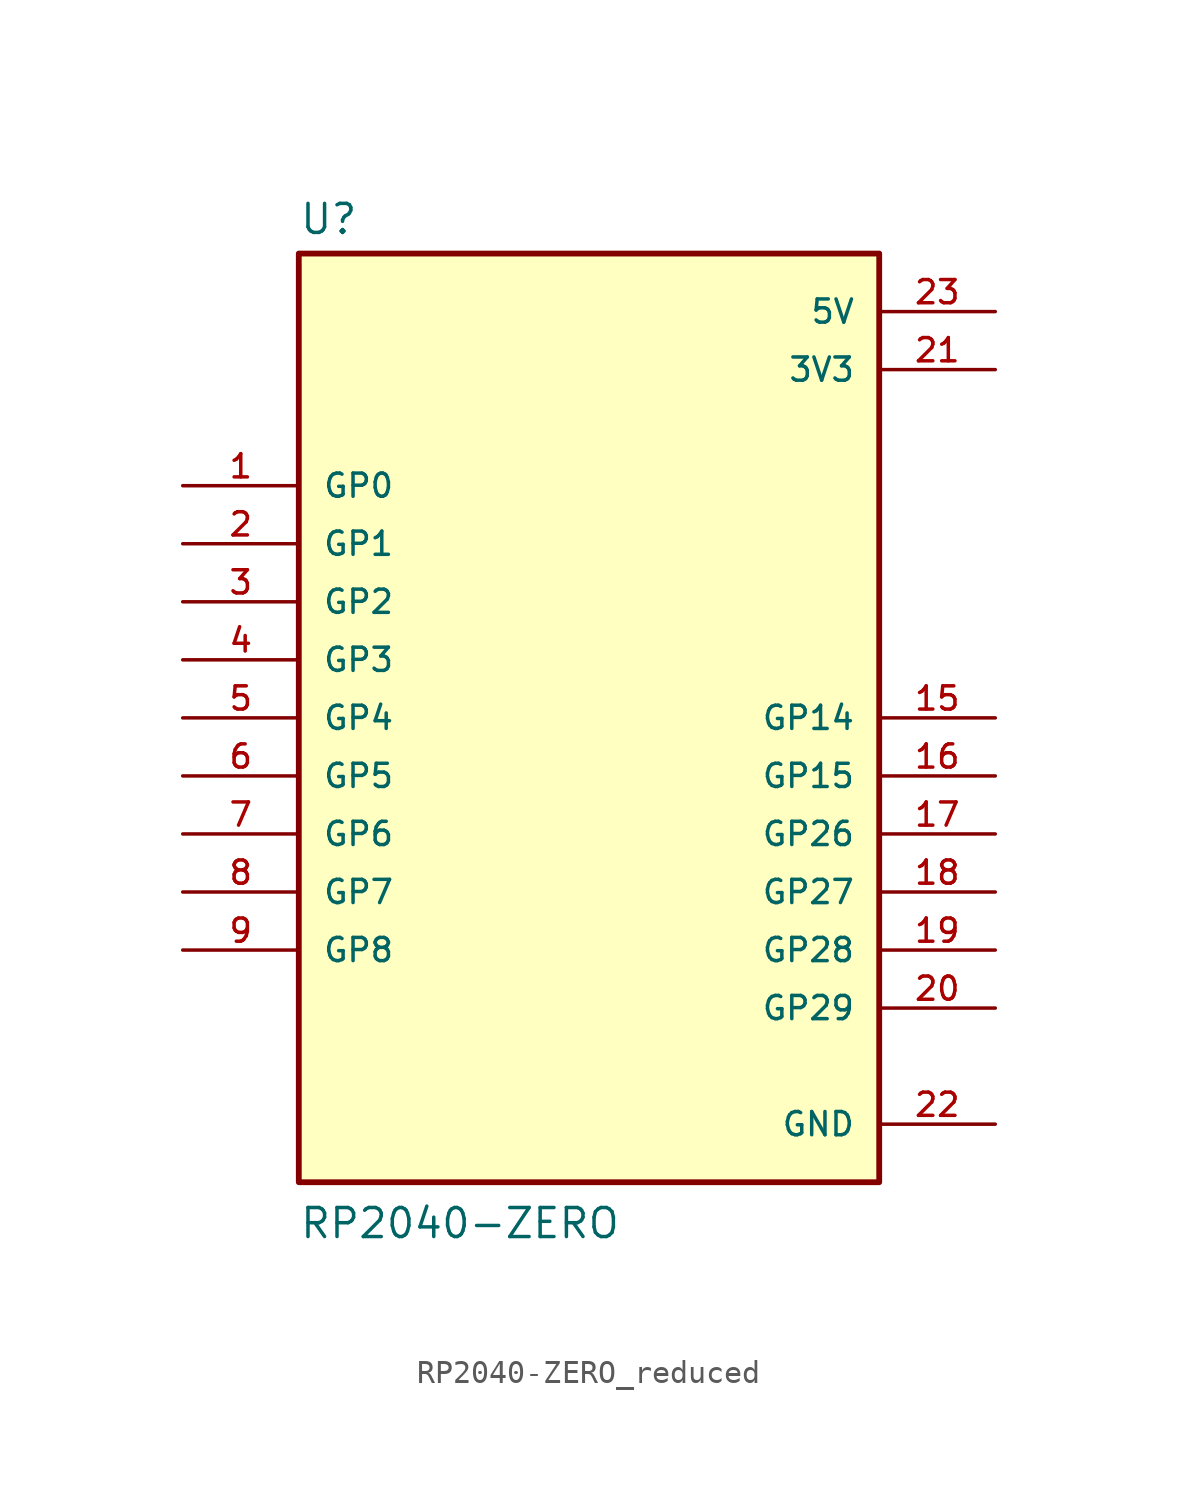
<source format=kicad_sym>
(kicad_symbol_lib
  (version 20231120)
  (generator "kicad_symbol_editor")
  (generator_version "8.0")
  (symbol "RP2040-ZERO_reduced"
    (pin_names
      (offset 1.016))
    (property "Reference" "U"
      (at -12.7 21.082 0)
      (effects (font (size 1.27 1.27)) (justify left bottom)))
    (property "Value" "RP2040-ZERO"
      (at -12.7 -22.86 0)
      (effects (font (size 1.27 1.27)) (justify left bottom)))
    (symbol "RP2040-ZERO_reduced_0_0"
      (rectangle (start -12.7 -20.32) (end 12.7 20.32) (stroke (width 0.254) (type default)) (fill (type background)))
      (pin bidirectional line (at -17.78 10.16 0) (length 5.08) (name "GP0" (effects (font (size 1.016 1.016)))) (number "1" (effects (font (size 1.016 1.016)))))
      (pin bidirectional line (at 17.78 0 180) (length 5.08) (name "GP14" (effects (font (size 1.016 1.016)))) (number "15" (effects (font (size 1.016 1.016)))))
      (pin bidirectional line (at 17.78 -2.54 180) (length 5.08) (name "GP15" (effects (font (size 1.016 1.016)))) (number "16" (effects (font (size 1.016 1.016)))))
      (pin bidirectional line (at 17.78 -5.08 180) (length 5.08) (name "GP26" (effects (font (size 1.016 1.016)))) (number "17" (effects (font (size 1.016 1.016)))))
      (pin bidirectional line (at 17.78 -7.62 180) (length 5.08) (name "GP27" (effects (font (size 1.016 1.016)))) (number "18" (effects (font (size 1.016 1.016)))))
      (pin bidirectional line (at 17.78 -10.16 180) (length 5.08) (name "GP28" (effects (font (size 1.016 1.016)))) (number "19" (effects (font (size 1.016 1.016)))))
      (pin bidirectional line (at -17.78 7.62 0) (length 5.08) (name "GP1" (effects (font (size 1.016 1.016)))) (number "2" (effects (font (size 1.016 1.016)))))
      (pin bidirectional line (at 17.78 -12.7 180) (length 5.08) (name "GP29" (effects (font (size 1.016 1.016)))) (number "20" (effects (font (size 1.016 1.016)))))
      (pin power_in line (at 17.78 15.24 180) (length 5.08) (name "3V3" (effects (font (size 1.016 1.016)))) (number "21" (effects (font (size 1.016 1.016)))))
      (pin power_in line (at 17.78 -17.78 180) (length 5.08) (name "GND" (effects (font (size 1.016 1.016)))) (number "22" (effects (font (size 1.016 1.016)))))
      (pin power_in line (at 17.78 17.78 180) (length 5.08) (name "5V" (effects (font (size 1.016 1.016)))) (number "23" (effects (font (size 1.016 1.016)))))
      (pin bidirectional line (at -17.78 5.08 0) (length 5.08) (name "GP2" (effects (font (size 1.016 1.016)))) (number "3" (effects (font (size 1.016 1.016)))))
      (pin bidirectional line (at -17.78 2.54 0) (length 5.08) (name "GP3" (effects (font (size 1.016 1.016)))) (number "4" (effects (font (size 1.016 1.016)))))
      (pin bidirectional line (at -17.78 0 0) (length 5.08) (name "GP4" (effects (font (size 1.016 1.016)))) (number "5" (effects (font (size 1.016 1.016)))))
      (pin bidirectional line (at -17.78 -2.54 0) (length 5.08) (name "GP5" (effects (font (size 1.016 1.016)))) (number "6" (effects (font (size 1.016 1.016)))))
      (pin bidirectional line (at -17.78 -5.08 0) (length 5.08) (name "GP6" (effects (font (size 1.016 1.016)))) (number "7" (effects (font (size 1.016 1.016)))))
      (pin bidirectional line (at -17.78 -7.62 0) (length 5.08) (name "GP7" (effects (font (size 1.016 1.016)))) (number "8" (effects (font (size 1.016 1.016)))))
      (pin bidirectional line (at -17.78 -10.16 0) (length 5.08) (name "GP8" (effects (font (size 1.016 1.016)))) (number "9" (effects (font (size 1.016 1.016))))))))
</source>
